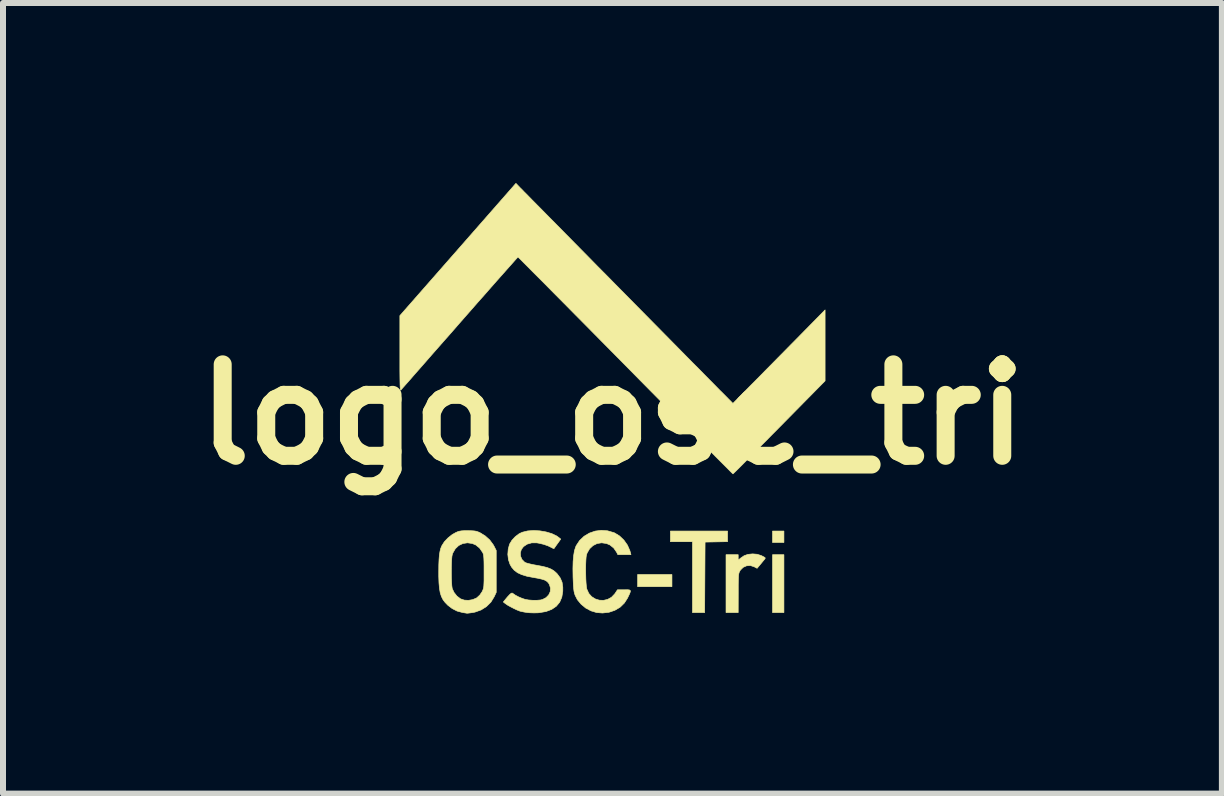
<source format=kicad_pcb>
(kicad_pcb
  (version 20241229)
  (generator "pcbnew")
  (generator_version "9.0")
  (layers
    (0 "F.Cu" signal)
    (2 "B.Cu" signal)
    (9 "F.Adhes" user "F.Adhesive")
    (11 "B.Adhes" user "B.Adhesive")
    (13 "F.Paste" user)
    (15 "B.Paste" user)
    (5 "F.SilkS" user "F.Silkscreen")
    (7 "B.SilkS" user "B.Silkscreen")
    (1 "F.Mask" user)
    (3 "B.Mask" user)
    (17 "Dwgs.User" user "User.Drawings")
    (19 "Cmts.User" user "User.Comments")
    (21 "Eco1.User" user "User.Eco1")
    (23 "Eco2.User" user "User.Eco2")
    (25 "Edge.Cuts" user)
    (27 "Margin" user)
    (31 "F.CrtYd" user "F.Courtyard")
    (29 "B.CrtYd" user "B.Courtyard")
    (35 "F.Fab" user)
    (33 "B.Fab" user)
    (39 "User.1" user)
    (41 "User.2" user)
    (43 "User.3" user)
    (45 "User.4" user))
  (footprint "logo_osc_tri"
    (layer "F.Cu")
    (at 7.156 3.856)
    (property "Reference" "logo_osc_tri" (at 0 0 0) (layer "F.SilkS") (effects (font (size 1.524 1.524) (thickness 0.3))))
    (attr through_hole)
    (fp_poly (pts (xy 0.991 2.87) (xy 0.419 2.87) (xy 0.419 2.667) (xy 0.991 2.667) (xy 0.991 2.87)) (stroke (width 0.01) (type solid)) (fill yes) (layer "F.SilkS"))
    (fp_poly (pts (xy 2.857 2.134) (xy 2.667 2.134) (xy 2.667 1.943) (xy 2.857 1.943) (xy 2.857 2.134)) (stroke (width 0.01) (type solid)) (fill yes) (layer "F.SilkS"))
    (fp_poly (pts (xy 2.857 3.302) (xy 2.667 3.302) (xy 2.667 2.337) (xy 2.857 2.337) (xy 2.857 3.302)) (stroke (width 0.01) (type solid)) (fill yes) (layer "F.SilkS"))
    (fp_poly (pts (xy 1.918 2.12) (xy 1.543 2.127) (xy 1.536 3.302) (xy 1.333 3.302) (xy 1.333 2.121) (xy 0.965 2.121) (xy 0.965 1.943) (xy 1.918 1.943) (xy 1.918 2.12)) (stroke (width 0.01) (type solid)) (fill yes) (layer "F.SilkS"))
    (fp_poly (pts (xy 2.411 2.33) (xy 2.475 2.35) (xy 2.488 2.356) (xy 2.525 2.375) (xy 2.543 2.387) (xy 2.545 2.398) (xy 2.538 2.41) (xy 2.52 2.431) (xy 2.493 2.464) (xy 2.465 2.498) (xy 2.41 2.564) (xy 2.36 2.538) (xy 2.298 2.518) (xy 2.236 2.522) (xy 2.179 2.547) (xy 2.133 2.592) (xy 2.118 2.617) (xy 2.111 2.633) (xy 2.105 2.654) (xy 2.101 2.682) (xy 2.099 2.721) (xy 2.097 2.773) (xy 2.096 2.843) (xy 2.096 2.934) (xy 2.096 2.981) (xy 2.095 3.302) (xy 1.892 3.302) (xy 1.892 2.337) (xy 2.095 2.337) (xy 2.095 2.428) (xy 2.137 2.393) (xy 2.194 2.354) (xy 2.256 2.332) (xy 2.33 2.324) (xy 2.34 2.324) (xy 2.411 2.33)) (stroke (width 0.01) (type solid)) (fill yes) (layer "F.SilkS"))
    (fp_poly (pts (xy -0.082 1.939) (xy 0.021 1.969) (xy 0.037 1.975) (xy 0.118 2.025) (xy 0.19 2.094) (xy 0.249 2.177) (xy 0.29 2.27) (xy 0.299 2.302) (xy 0.308 2.337) (xy 0.09 2.337) (xy 0.069 2.296) (xy 0.021 2.226) (xy -0.042 2.175) (xy -0.099 2.151) (xy -0.18 2.139) (xy -0.256 2.151) (xy -0.324 2.185) (xy -0.381 2.238) (xy -0.422 2.308) (xy -0.433 2.34) (xy -0.439 2.375) (xy -0.443 2.43) (xy -0.446 2.499) (xy -0.447 2.577) (xy -0.446 2.659) (xy -0.444 2.738) (xy -0.44 2.81) (xy -0.435 2.868) (xy -0.428 2.908) (xy -0.427 2.911) (xy -0.395 2.982) (xy -0.347 3.036) (xy -0.287 3.074) (xy -0.22 3.095) (xy -0.15 3.098) (xy -0.081 3.082) (xy -0.017 3.047) (xy 0.036 2.992) (xy 0.044 2.981) (xy 0.083 2.922) (xy 0.195 2.922) (xy 0.247 2.921) (xy 0.281 2.924) (xy 0.297 2.934) (xy 0.298 2.954) (xy 0.285 2.989) (xy 0.259 3.043) (xy 0.253 3.057) (xy 0.198 3.143) (xy 0.126 3.213) (xy 0.039 3.264) (xy -0.059 3.297) (xy -0.166 3.309) (xy -0.265 3.301) (xy -0.358 3.273) (xy -0.446 3.226) (xy -0.523 3.162) (xy -0.585 3.087) (xy -0.623 3.012) (xy -0.633 2.981) (xy -0.641 2.947) (xy -0.646 2.906) (xy -0.651 2.852) (xy -0.654 2.782) (xy -0.657 2.711) (xy -0.659 2.569) (xy -0.656 2.45) (xy -0.647 2.352) (xy -0.634 2.272) (xy -0.614 2.209) (xy -0.604 2.186) (xy -0.547 2.1) (xy -0.473 2.03) (xy -0.386 1.978) (xy -0.289 1.944) (xy -0.187 1.931) (xy -0.082 1.939)) (stroke (width 0.01) (type solid)) (fill yes) (layer "F.SilkS"))
    (fp_poly (pts (xy -2.349 1.938) (xy -2.304 1.941) (xy -2.268 1.947) (xy -2.234 1.959) (xy -2.207 1.971) (xy -2.122 2.023) (xy -2.046 2.091) (xy -1.987 2.171) (xy -1.974 2.194) (xy -1.937 2.267) (xy -1.937 2.965) (xy -1.971 3.038) (xy -2.026 3.128) (xy -2.101 3.202) (xy -2.19 3.258) (xy -2.291 3.294) (xy -2.333 3.302) (xy -2.377 3.308) (xy -2.41 3.312) (xy -2.426 3.313) (xy -2.426 3.313) (xy -2.441 3.31) (xy -2.473 3.305) (xy -2.502 3.3) (xy -2.591 3.276) (xy -2.672 3.234) (xy -2.744 3.179) (xy -2.788 3.134) (xy -2.823 3.088) (xy -2.85 3.035) (xy -2.87 2.974) (xy -2.883 2.899) (xy -2.891 2.809) (xy -2.895 2.698) (xy -2.895 2.644) (xy -2.685 2.644) (xy -2.684 2.723) (xy -2.681 2.795) (xy -2.677 2.855) (xy -2.671 2.898) (xy -2.669 2.905) (xy -2.639 2.968) (xy -2.592 3.027) (xy -2.533 3.072) (xy -2.529 3.074) (xy -2.469 3.094) (xy -2.4 3.098) (xy -2.33 3.086) (xy -2.268 3.06) (xy -2.259 3.054) (xy -2.211 3.01) (xy -2.173 2.955) (xy -2.172 2.953) (xy -2.162 2.931) (xy -2.154 2.911) (xy -2.148 2.889) (xy -2.144 2.86) (xy -2.142 2.821) (xy -2.14 2.767) (xy -2.14 2.696) (xy -2.14 2.617) (xy -2.14 2.524) (xy -2.141 2.454) (xy -2.143 2.402) (xy -2.146 2.364) (xy -2.15 2.336) (xy -2.156 2.316) (xy -2.164 2.299) (xy -2.215 2.226) (xy -2.278 2.175) (xy -2.335 2.151) (xy -2.416 2.139) (xy -2.493 2.151) (xy -2.562 2.184) (xy -2.619 2.238) (xy -2.66 2.309) (xy -2.668 2.33) (xy -2.675 2.364) (xy -2.68 2.417) (xy -2.683 2.485) (xy -2.685 2.563) (xy -2.685 2.644) (xy -2.895 2.644) (xy -2.895 2.623) (xy -2.894 2.508) (xy -2.89 2.415) (xy -2.884 2.341) (xy -2.874 2.28) (xy -2.861 2.23) (xy -2.843 2.187) (xy -2.801 2.121) (xy -2.741 2.058) (xy -2.671 2.002) (xy -2.62 1.973) (xy -2.584 1.956) (xy -2.552 1.946) (xy -2.516 1.94) (xy -2.47 1.937) (xy -2.413 1.937) (xy -2.349 1.938)) (stroke (width 0.01) (type solid)) (fill yes) (layer "F.SilkS"))
    (fp_poly (pts (xy -1.209 1.94) (xy -1.106 1.958) (xy -1.011 1.986) (xy -0.93 2.025) (xy -0.898 2.048) (xy -0.862 2.077) (xy -0.916 2.153) (xy -0.943 2.19) (xy -0.963 2.219) (xy -0.974 2.234) (xy -0.974 2.235) (xy -0.987 2.233) (xy -1.012 2.22) (xy -1.016 2.218) (xy -1.074 2.19) (xy -1.145 2.165) (xy -1.22 2.147) (xy -1.26 2.14) (xy -1.347 2.14) (xy -1.423 2.162) (xy -1.482 2.202) (xy -1.519 2.251) (xy -1.535 2.307) (xy -1.531 2.364) (xy -1.508 2.417) (xy -1.467 2.459) (xy -1.449 2.47) (xy -1.421 2.479) (xy -1.375 2.491) (xy -1.317 2.504) (xy -1.255 2.515) (xy -1.16 2.533) (xy -1.086 2.552) (xy -1.028 2.575) (xy -0.981 2.602) (xy -0.94 2.637) (xy -0.921 2.656) (xy -0.871 2.724) (xy -0.84 2.796) (xy -0.828 2.879) (xy -0.828 2.946) (xy -0.844 3.045) (xy -0.88 3.129) (xy -0.936 3.196) (xy -1.012 3.248) (xy -1.107 3.284) (xy -1.223 3.304) (xy -1.251 3.306) (xy -1.312 3.307) (xy -1.378 3.305) (xy -1.42 3.301) (xy -1.472 3.293) (xy -1.521 3.283) (xy -1.547 3.276) (xy -1.59 3.259) (xy -1.643 3.234) (xy -1.699 3.205) (xy -1.749 3.177) (xy -1.785 3.152) (xy -1.789 3.149) (xy -1.819 3.125) (xy -1.78 3.077) (xy -1.749 3.04) (xy -1.718 3.007) (xy -1.71 2.998) (xy -1.686 2.979) (xy -1.671 2.976) (xy -1.654 2.987) (xy -1.616 3.013) (xy -1.563 3.041) (xy -1.503 3.066) (xy -1.454 3.082) (xy -1.397 3.092) (xy -1.329 3.097) (xy -1.26 3.097) (xy -1.2 3.092) (xy -1.167 3.084) (xy -1.107 3.053) (xy -1.063 3.008) (xy -1.037 2.953) (xy -1.033 2.893) (xy -1.05 2.836) (xy -1.069 2.805) (xy -1.095 2.78) (xy -1.13 2.76) (xy -1.181 2.744) (xy -1.249 2.729) (xy -1.312 2.718) (xy -1.423 2.697) (xy -1.512 2.67) (xy -1.583 2.637) (xy -1.638 2.595) (xy -1.682 2.543) (xy -1.708 2.496) (xy -1.734 2.419) (xy -1.744 2.332) (xy -1.737 2.243) (xy -1.715 2.162) (xy -1.714 2.16) (xy -1.675 2.096) (xy -1.619 2.036) (xy -1.554 1.987) (xy -1.502 1.963) (xy -1.413 1.941) (xy -1.313 1.934) (xy -1.209 1.94)) (stroke (width 0.01) (type solid)) (fill yes) (layer "F.SilkS"))
    (fp_poly (pts (xy -1.537 -3.776) (xy -1.512 -3.752) (xy -1.472 -3.71) (xy -1.415 -3.653) (xy -1.345 -3.581) (xy -1.261 -3.496) (xy -1.165 -3.399) (xy -1.058 -3.29) (xy -0.941 -3.172) (xy -0.815 -3.044) (xy -0.682 -2.909) (xy -0.543 -2.768) (xy -0.398 -2.621) (xy -0.25 -2.47) (xy -0.098 -2.317) (xy 0.055 -2.161) (xy 0.209 -2.005) (xy 0.363 -1.849) (xy 0.515 -1.695) (xy 0.664 -1.544) (xy 0.809 -1.397) (xy 0.949 -1.255) (xy 1.083 -1.119) (xy 1.209 -0.991) (xy 1.327 -0.871) (xy 1.436 -0.762) (xy 1.533 -0.663) (xy 1.618 -0.577) (xy 1.691 -0.503) (xy 1.749 -0.444) (xy 1.791 -0.401) (xy 1.818 -0.375) (xy 1.818 -0.375) (xy 2.007 -0.184) (xy 2.252 -0.432) (xy 2.308 -0.489) (xy 2.38 -0.561) (xy 2.464 -0.646) (xy 2.557 -0.741) (xy 2.658 -0.843) (xy 2.763 -0.95) (xy 2.87 -1.058) (xy 2.976 -1.166) (xy 3.02 -1.21) (xy 3.543 -1.742) (xy 3.543 -0.559) (xy 2.779 0.216) (xy 2.664 0.332) (xy 2.554 0.444) (xy 2.45 0.548) (xy 2.354 0.645) (xy 2.267 0.733) (xy 2.191 0.81) (xy 2.126 0.875) (xy 2.074 0.927) (xy 2.036 0.964) (xy 2.013 0.986) (xy 2.008 0.991) (xy 1.998 0.982) (xy 1.971 0.956) (xy 1.929 0.913) (xy 1.871 0.855) (xy 1.798 0.782) (xy 1.712 0.696) (xy 1.614 0.596) (xy 1.503 0.485) (xy 1.381 0.362) (xy 1.25 0.229) (xy 1.108 0.086) (xy 0.959 -0.065) (xy 0.801 -0.224) (xy 0.637 -0.39) (xy 0.467 -0.562) (xy 0.292 -0.74) (xy 0.217 -0.816) (xy 0.04 -0.995) (xy -0.133 -1.17) (xy -0.3 -1.339) (xy -0.46 -1.501) (xy -0.613 -1.655) (xy -0.758 -1.802) (xy -0.894 -1.939) (xy -1.02 -2.066) (xy -1.135 -2.183) (xy -1.239 -2.287) (xy -1.331 -2.379) (xy -1.409 -2.458) (xy -1.473 -2.522) (xy -1.522 -2.572) (xy -1.556 -2.605) (xy -1.573 -2.621) (xy -1.575 -2.623) (xy -1.584 -2.613) (xy -1.609 -2.586) (xy -1.648 -2.542) (xy -1.701 -2.482) (xy -1.767 -2.408) (xy -1.844 -2.321) (xy -1.932 -2.222) (xy -2.028 -2.113) (xy -2.133 -1.993) (xy -2.246 -1.866) (xy -2.364 -1.731) (xy -2.488 -1.59) (xy -2.546 -1.524) (xy -2.671 -1.38) (xy -2.793 -1.242) (xy -2.909 -1.11) (xy -3.018 -0.986) (xy -3.119 -0.87) (xy -3.212 -0.764) (xy -3.295 -0.67) (xy -3.366 -0.588) (xy -3.426 -0.52) (xy -3.473 -0.467) (xy -3.506 -0.43) (xy -3.523 -0.41) (xy -3.526 -0.407) (xy -3.53 -0.406) (xy -3.533 -0.413) (xy -3.536 -0.43) (xy -3.538 -0.458) (xy -3.54 -0.501) (xy -3.541 -0.559) (xy -3.542 -0.635) (xy -3.543 -0.73) (xy -3.543 -0.846) (xy -3.543 -0.986) (xy -3.543 -1.017) (xy -3.543 -1.646) (xy -2.576 -2.748) (xy -1.609 -3.851) (xy -1.537 -3.776)) (stroke (width 0.01) (type solid)) (fill yes) (layer "F.SilkS")))
  (gr_rect
    (start -3 -3)
    (end 17.311 10.174)
    (stroke (width 0.1) (type default))
    (fill no)
    (layer "Edge.Cuts")))
</source>
